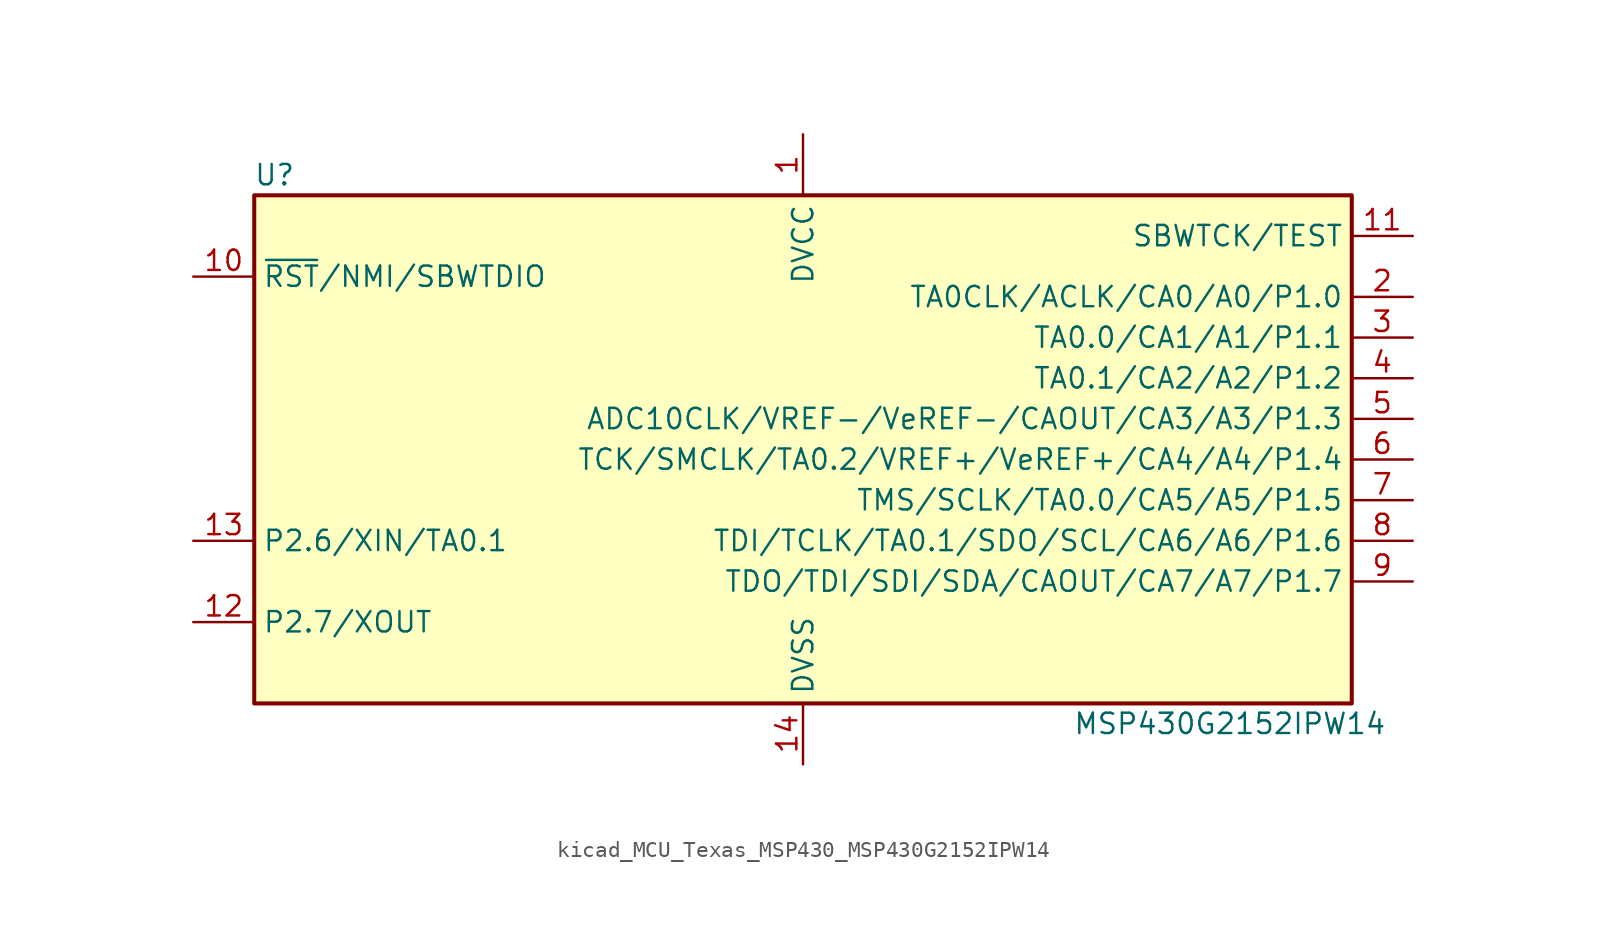
<source format=kicad_sym>
(kicad_symbol_lib
  (version 20220914)
  (generator kicad_symbol_editor)
  (symbol "kicad_MCU_Texas_MSP430_MSP430G2152IPW14"
    (property "Reference" "U"
      (at -33.02 17.78 0)
      (effects (font (size 1.27 1.27))))
    (property "Value" "MSP430G2152IPW14"
      (at 26.67 -16.51 0)
      (effects (font (size 1.27 1.27))))
    (symbol "kicad_MCU_Texas_MSP430_MSP430G2152IPW14_0_1"
      (rectangle (start -34.29 16.51) (end 34.29 -15.24) (stroke (width 0.254) (type default)) (fill (type background))))
    (symbol "kicad_MCU_Texas_MSP430_MSP430G2152IPW14_1_1"
      (pin power_in line (at 0 20.32 270) (length 3.81) (name "DVCC" (effects (font (size 1.27 1.27)))) (number "1" (effects (font (size 1.27 1.27)))))
      (pin input line (at -38.1 11.43 0) (length 3.81) (name "~{RST}/NMI/SBWTDIO" (effects (font (size 1.27 1.27)))) (number "10" (effects (font (size 1.27 1.27)))))
      (pin input line (at 38.1 13.97 180) (length 3.81) (name "SBWTCK/TEST" (effects (font (size 1.27 1.27)))) (number "11" (effects (font (size 1.27 1.27)))))
      (pin bidirectional line (at -38.1 -10.16 0) (length 3.81) (name "P2.7/XOUT" (effects (font (size 1.27 1.27)))) (number "12" (effects (font (size 1.27 1.27)))))
      (pin bidirectional line (at -38.1 -5.08 0) (length 3.81) (name "P2.6/XIN/TA0.1" (effects (font (size 1.27 1.27)))) (number "13" (effects (font (size 1.27 1.27)))))
      (pin power_in line (at 0 -19.05 90) (length 3.81) (name "DVSS" (effects (font (size 1.27 1.27)))) (number "14" (effects (font (size 1.27 1.27)))))
      (pin bidirectional line (at 38.1 10.16 180) (length 3.81) (name "TA0CLK/ACLK/CA0/A0/P1.0" (effects (font (size 1.27 1.27)))) (number "2" (effects (font (size 1.27 1.27)))))
      (pin bidirectional line (at 38.1 7.62 180) (length 3.81) (name "TA0.0/CA1/A1/P1.1" (effects (font (size 1.27 1.27)))) (number "3" (effects (font (size 1.27 1.27)))))
      (pin bidirectional line (at 38.1 5.08 180) (length 3.81) (name "TA0.1/CA2/A2/P1.2" (effects (font (size 1.27 1.27)))) (number "4" (effects (font (size 1.27 1.27)))))
      (pin bidirectional line (at 38.1 2.54 180) (length 3.81) (name "ADC10CLK/VREF-/VeREF-/CAOUT/CA3/A3/P1.3" (effects (font (size 1.27 1.27)))) (number "5" (effects (font (size 1.27 1.27)))))
      (pin bidirectional line (at 38.1 0 180) (length 3.81) (name "TCK/SMCLK/TA0.2/VREF+/VeREF+/CA4/A4/P1.4" (effects (font (size 1.27 1.27)))) (number "6" (effects (font (size 1.27 1.27)))))
      (pin bidirectional line (at 38.1 -2.54 180) (length 3.81) (name "TMS/SCLK/TA0.0/CA5/A5/P1.5" (effects (font (size 1.27 1.27)))) (number "7" (effects (font (size 1.27 1.27)))))
      (pin bidirectional line (at 38.1 -5.08 180) (length 3.81) (name "TDI/TCLK/TA0.1/SDO/SCL/CA6/A6/P1.6" (effects (font (size 1.27 1.27)))) (number "8" (effects (font (size 1.27 1.27)))))
      (pin bidirectional line (at 38.1 -7.62 180) (length 3.81) (name "TDO/TDI/SDI/SDA/CAOUT/CA7/A7/P1.7" (effects (font (size 1.27 1.27)))) (number "9" (effects (font (size 1.27 1.27))))))))
</source>
